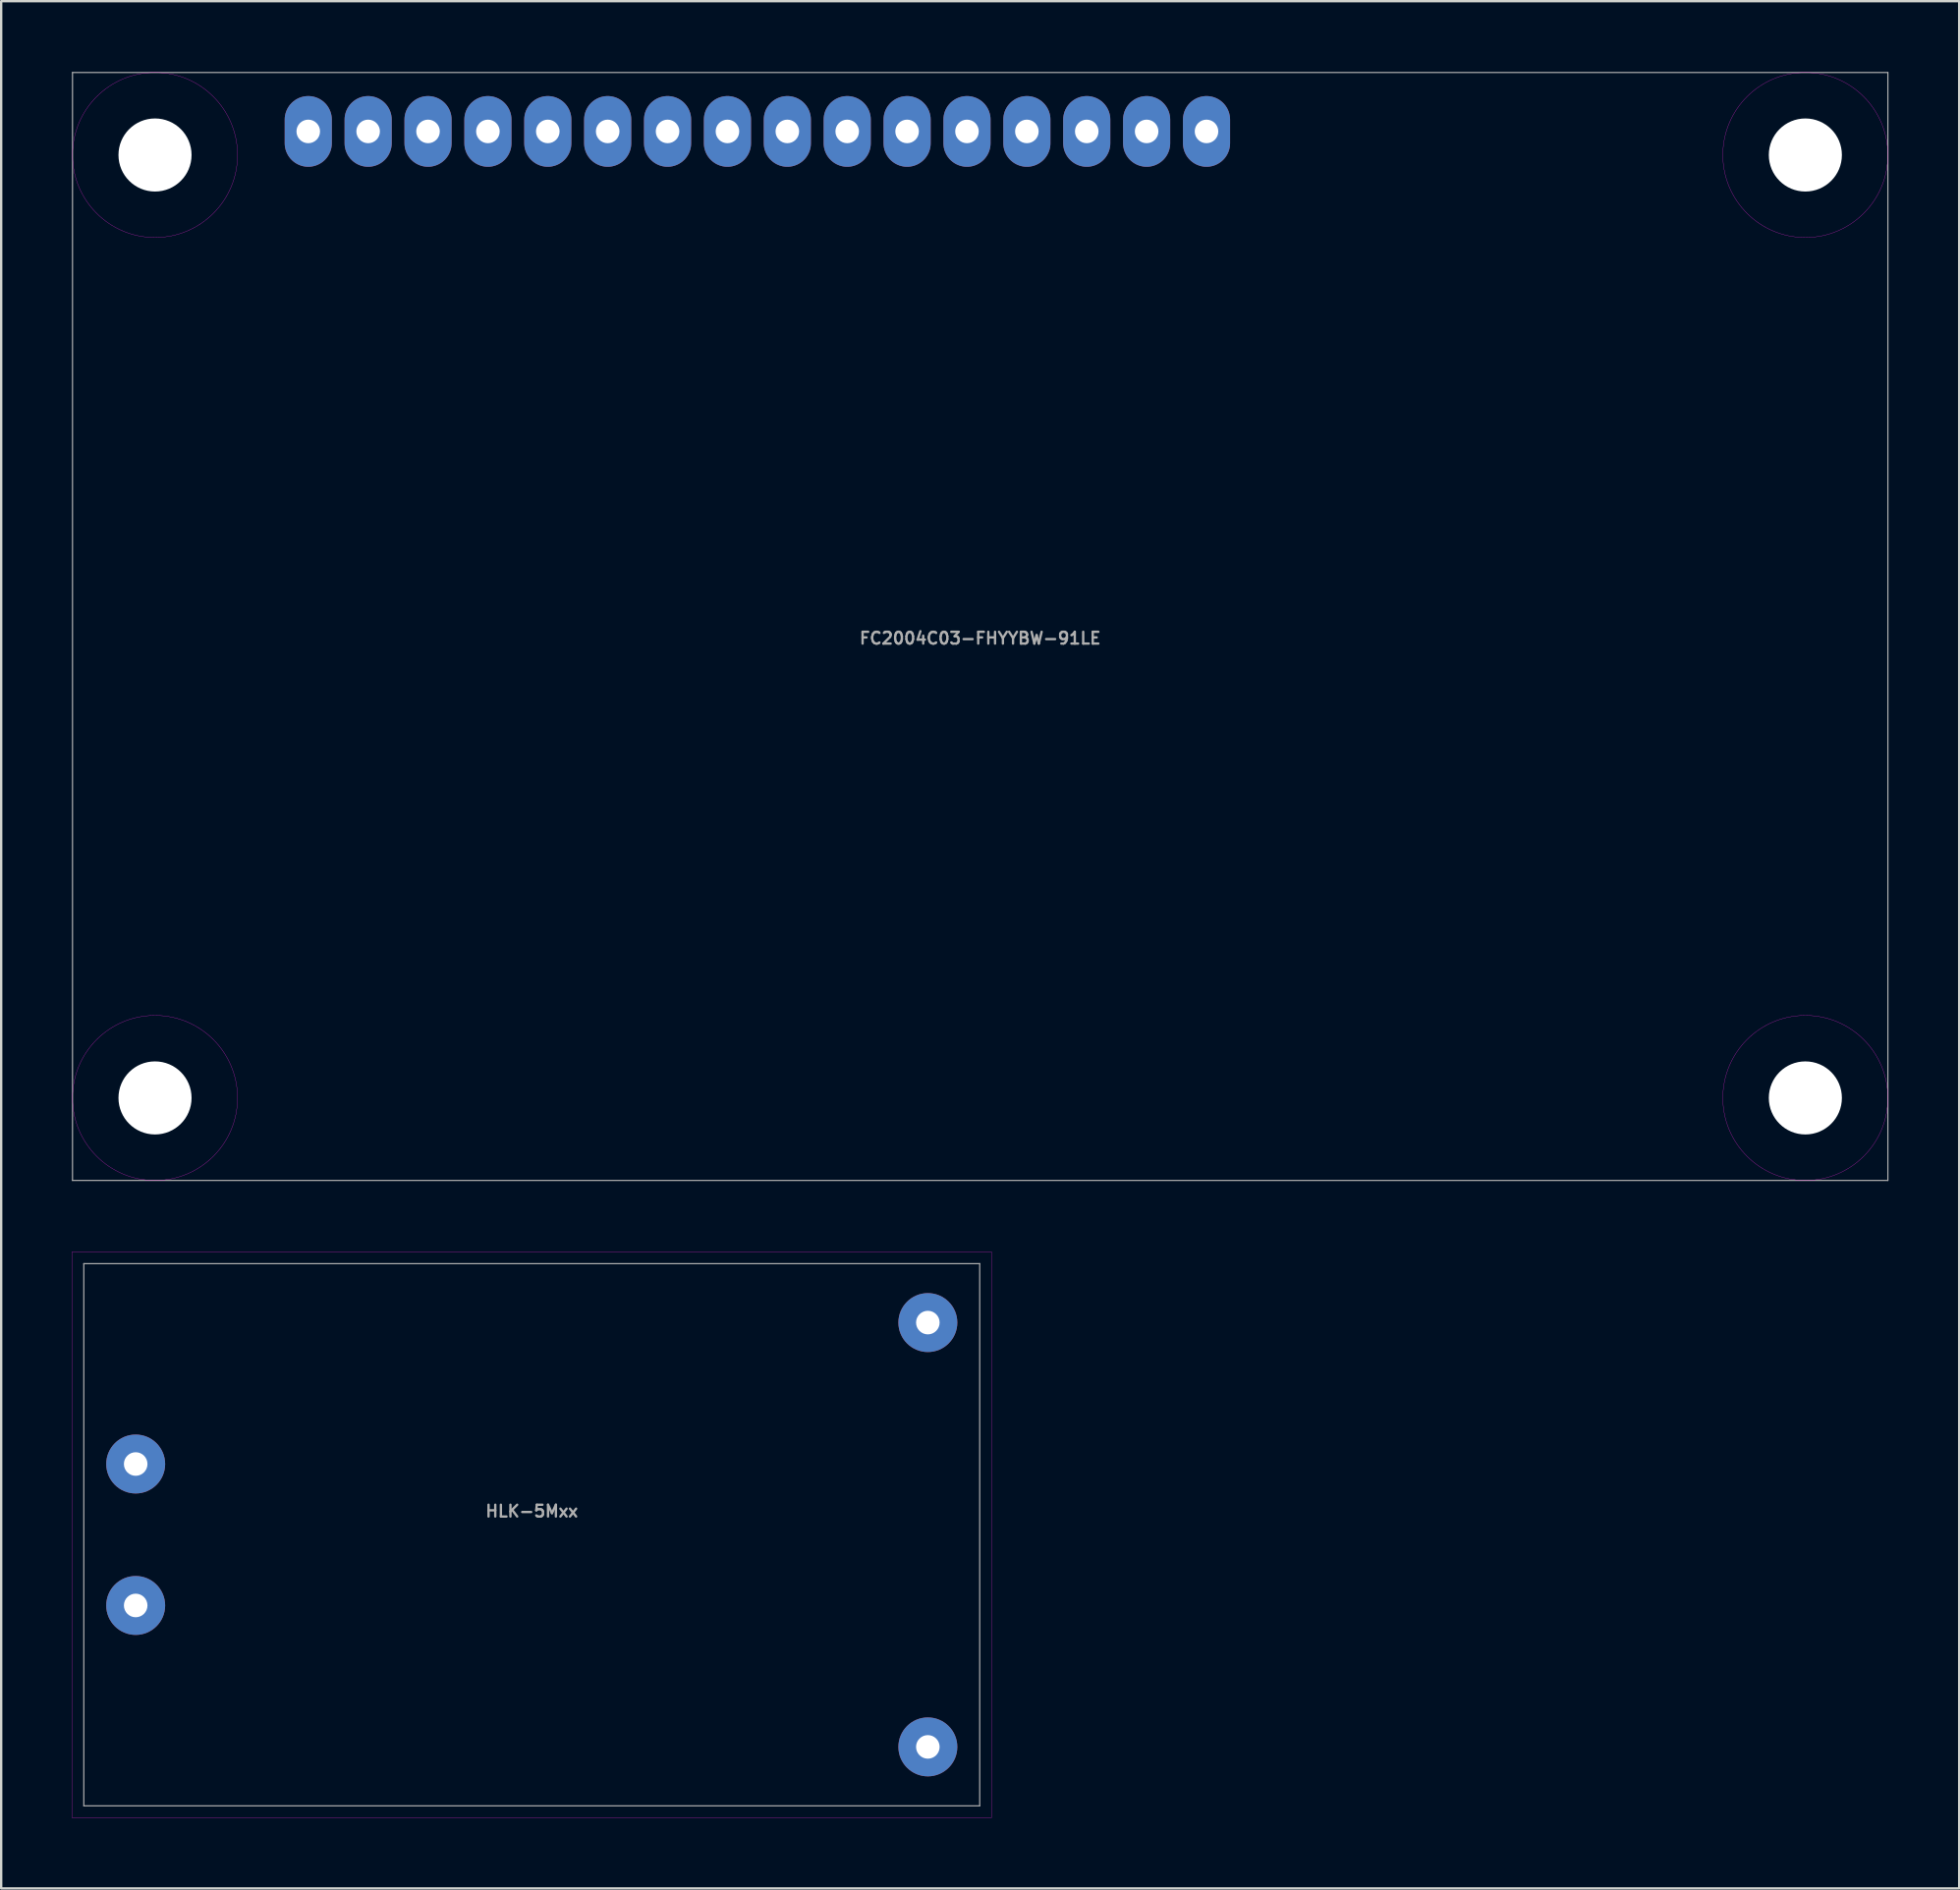
<source format=kicad_pcb>
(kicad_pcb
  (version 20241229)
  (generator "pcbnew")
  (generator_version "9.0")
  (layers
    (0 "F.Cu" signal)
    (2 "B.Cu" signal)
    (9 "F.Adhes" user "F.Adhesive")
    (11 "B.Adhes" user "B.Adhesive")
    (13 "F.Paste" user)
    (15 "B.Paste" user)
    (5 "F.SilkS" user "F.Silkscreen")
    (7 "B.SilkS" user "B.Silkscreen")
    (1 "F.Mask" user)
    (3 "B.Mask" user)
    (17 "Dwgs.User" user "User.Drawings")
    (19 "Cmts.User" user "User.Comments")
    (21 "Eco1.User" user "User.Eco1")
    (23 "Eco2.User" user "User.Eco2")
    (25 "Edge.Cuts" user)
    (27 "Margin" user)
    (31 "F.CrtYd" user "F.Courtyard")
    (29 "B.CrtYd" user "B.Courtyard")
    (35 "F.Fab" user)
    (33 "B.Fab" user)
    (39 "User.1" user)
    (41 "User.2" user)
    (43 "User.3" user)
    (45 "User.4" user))
  (footprint "FC2004C03-FHYYBW-91LE"
    (layer "F.Cu")
    (at 38.525 23.525)
    (property "Reference" "FC2004C03-FHYYBW-91LE" (at 0 0.5 0) (layer "F.Fab") (effects (font (size 0.5 0.5) (thickness 0.1))))
    (attr through_hole)
    (fp_circle (center -35 -20) (end -31.5 -20) (stroke (width 0.01) (type solid)) (fill no) (layer "F.CrtYd"))
    (fp_circle (center -35 20) (end -31.5 20) (stroke (width 0.01) (type solid)) (fill no) (layer "F.CrtYd"))
    (fp_circle (center 35 -20) (end 38.5 -20) (stroke (width 0.01) (type solid)) (fill no) (layer "F.CrtYd"))
    (fp_circle (center 35 20) (end 38.5 20) (stroke (width 0.01) (type solid)) (fill no) (layer "F.CrtYd"))
    (fp_line (start -38.5 -23.5) (end 38.5 -23.5) (stroke (width 0.05) (type solid)) (layer "F.Fab"))
    (fp_line (start -38.5 23.5) (end -38.5 -23.5) (stroke (width 0.05) (type solid)) (layer "F.Fab"))
    (fp_line (start 38.5 -23.5) (end 38.5 23.5) (stroke (width 0.05) (type solid)) (layer "F.Fab"))
    (fp_line (start 38.5 23.5) (end -38.5 23.5) (stroke (width 0.05) (type solid)) (layer "F.Fab"))
    (pad "" np_thru_hole circle (at -35 -20) (size 3.1 3.1) (drill 3.1) (layers "*.Cu" "*.Mask"))
    (pad "" np_thru_hole circle (at -35 20) (size 3.1 3.1) (drill 3.1) (layers "*.Cu" "*.Mask"))
    (pad "" np_thru_hole circle (at 35 -20) (size 3.1 3.1) (drill 3.1) (layers "*.Cu" "*.Mask"))
    (pad "" np_thru_hole circle (at 35 20) (size 3.1 3.1) (drill 3.1) (layers "*.Cu" "*.Mask"))
    (pad "1" thru_hole oval (at -28.5 -21 90) (size 3 2) (drill 1) (layers "*.Cu" "*.Mask"))
    (pad "2" thru_hole oval (at -25.96 -21 90) (size 3 2) (drill 1) (layers "*.Cu" "*.Mask"))
    (pad "3" thru_hole oval (at -23.42 -21 90) (size 3 2) (drill 1) (layers "*.Cu" "*.Mask"))
    (pad "4" thru_hole oval (at -20.88 -21 90) (size 3 2) (drill 1) (layers "*.Cu" "*.Mask"))
    (pad "5" thru_hole oval (at -18.34 -21 90) (size 3 2) (drill 1) (layers "*.Cu" "*.Mask"))
    (pad "6" thru_hole oval (at -15.8 -21 90) (size 3 2) (drill 1) (layers "*.Cu" "*.Mask"))
    (pad "7" thru_hole oval (at -13.26 -21 90) (size 3 2) (drill 1) (layers "*.Cu" "*.Mask"))
    (pad "8" thru_hole oval (at -10.72 -21 90) (size 3 2) (drill 1) (layers "*.Cu" "*.Mask"))
    (pad "9" thru_hole oval (at -8.18 -21 90) (size 3 2) (drill 1) (layers "*.Cu" "*.Mask"))
    (pad "10" thru_hole oval (at -5.64 -21 90) (size 3 2) (drill 1) (layers "*.Cu" "*.Mask"))
    (pad "11" thru_hole oval (at -3.1 -21 90) (size 3 2) (drill 1) (layers "*.Cu" "*.Mask"))
    (pad "12" thru_hole oval (at -0.56 -21 90) (size 3 2) (drill 1) (layers "*.Cu" "*.Mask"))
    (pad "13" thru_hole oval (at 1.98 -21 90) (size 3 2) (drill 1) (layers "*.Cu" "*.Mask"))
    (pad "14" thru_hole oval (at 4.52 -21 90) (size 3 2) (drill 1) (layers "*.Cu" "*.Mask"))
    (pad "15" thru_hole oval (at 7.06 -21 90) (size 3 2) (drill 1) (layers "*.Cu" "*.Mask"))
    (pad "16" thru_hole oval (at 9.6 -21 90) (size 3 2) (drill 1) (layers "*.Cu" "*.Mask")))
  (footprint "HLK-5Mxx"
    (layer "F.Cu")
    (at 19.505 62.055)
    (property "Reference" "HLK-5Mxx" (at 0 -1 0) (layer "F.Fab") (effects (font (size 0.5 0.5) (thickness 0.1))))
    (attr through_hole)
    (fp_line (start -19.5 -12) (end 19.5 -12) (stroke (width 0.01) (type solid)) (layer "F.CrtYd"))
    (fp_line (start -19.5 12) (end -19.5 -12) (stroke (width 0.01) (type solid)) (layer "F.CrtYd"))
    (fp_line (start 19.5 -12) (end 19.5 12) (stroke (width 0.01) (type solid)) (layer "F.CrtYd"))
    (fp_line (start 19.5 12) (end -19.5 12) (stroke (width 0.01) (type solid)) (layer "F.CrtYd"))
    (fp_line (start -19 -11.5) (end 19 -11.5) (stroke (width 0.05) (type solid)) (layer "F.Fab"))
    (fp_line (start -19 11.5) (end -19 -11.5) (stroke (width 0.05) (type solid)) (layer "F.Fab"))
    (fp_line (start 19 -11.5) (end 19 11.5) (stroke (width 0.05) (type solid)) (layer "F.Fab"))
    (fp_line (start 19 11.5) (end -19 11.5) (stroke (width 0.05) (type solid)) (layer "F.Fab"))
    (pad "1" thru_hole circle (at -16.8 -3) (size 2.5 2.5) (drill 1) (layers "*.Cu" "*.Mask"))
    (pad "2" thru_hole circle (at -16.8 3) (size 2.5 2.5) (drill 1) (layers "*.Cu" "*.Mask" "Eco1.User"))
    (pad "3" thru_hole circle (at 16.8 -9) (size 2.5 2.5) (drill 1) (layers "*.Cu" "*.Mask"))
    (pad "4" thru_hole circle (at 16.8 9) (size 2.5 2.5) (drill 1) (layers "*.Cu" "*.Mask")))
  (gr_rect
    (start -3 -3)
    (end 80.05 77.06)
    (stroke (width 0.1) (type default))
    (fill no)
    (layer "Edge.Cuts")))
</source>
